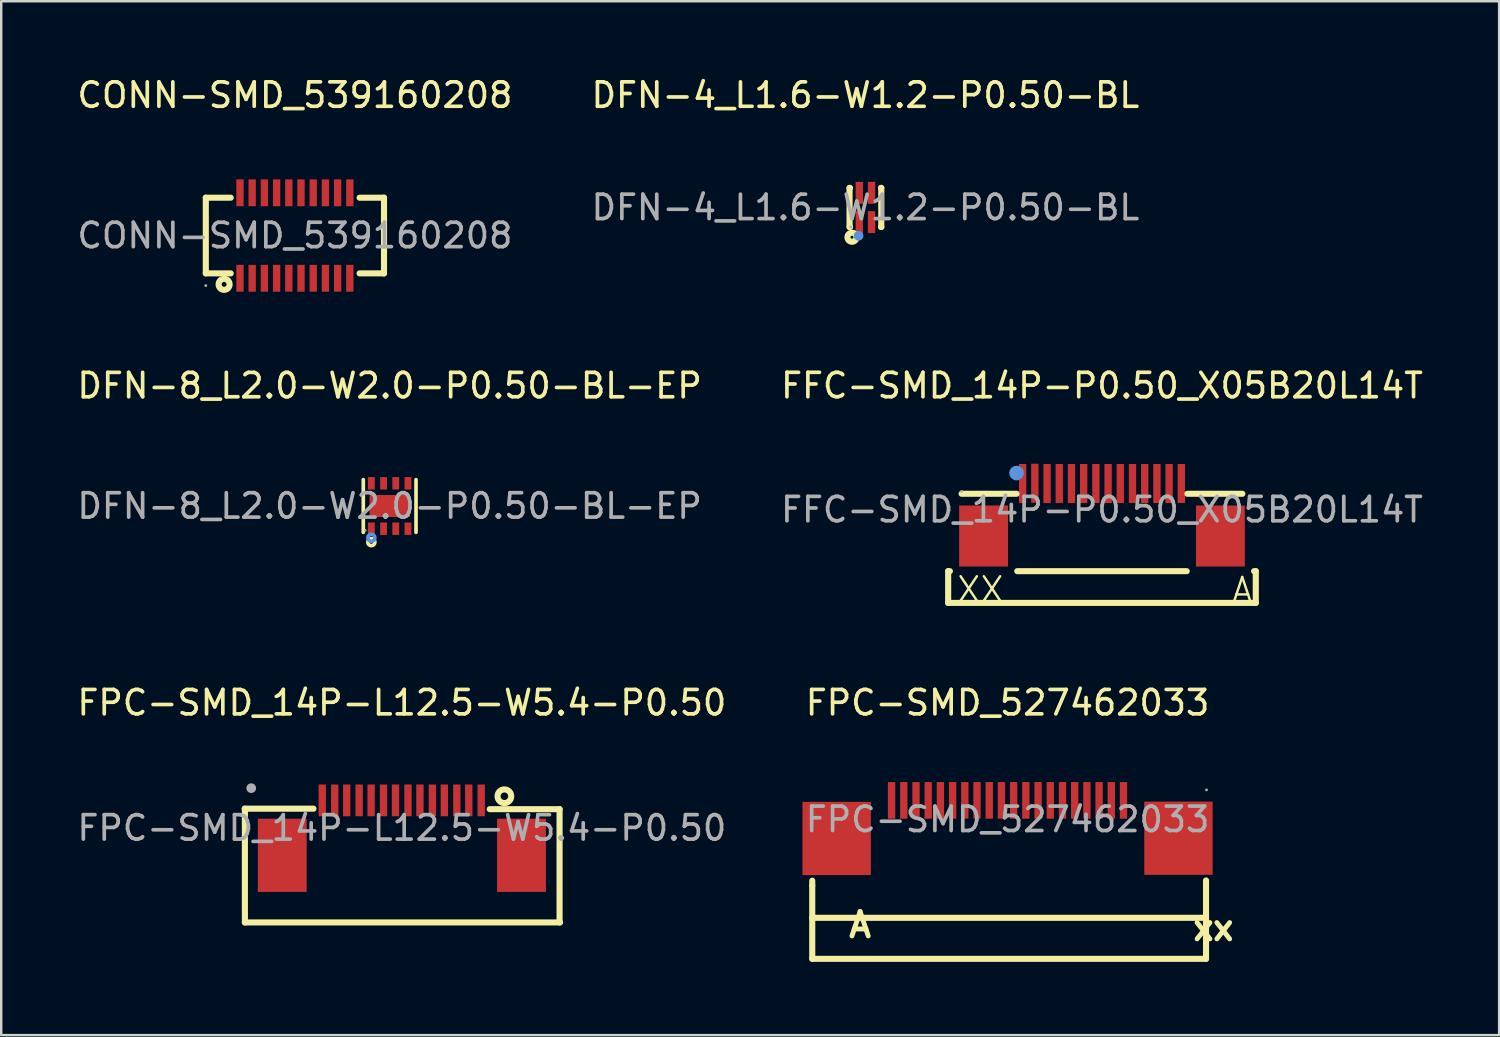
<source format=kicad_pcb>
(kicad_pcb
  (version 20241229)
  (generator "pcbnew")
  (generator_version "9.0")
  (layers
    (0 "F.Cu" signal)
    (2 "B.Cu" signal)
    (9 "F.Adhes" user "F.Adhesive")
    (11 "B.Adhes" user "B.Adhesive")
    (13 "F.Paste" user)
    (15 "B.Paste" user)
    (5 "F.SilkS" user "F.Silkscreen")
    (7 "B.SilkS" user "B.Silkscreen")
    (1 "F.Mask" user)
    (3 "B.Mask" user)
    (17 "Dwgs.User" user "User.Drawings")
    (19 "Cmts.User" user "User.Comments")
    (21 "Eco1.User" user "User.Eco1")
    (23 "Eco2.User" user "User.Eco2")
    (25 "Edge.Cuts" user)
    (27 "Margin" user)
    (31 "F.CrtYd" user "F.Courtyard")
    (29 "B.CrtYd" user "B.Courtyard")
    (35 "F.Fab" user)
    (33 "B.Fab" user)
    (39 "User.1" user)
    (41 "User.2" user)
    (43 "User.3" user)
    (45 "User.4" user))
  (footprint "DFN-4_L1.6-W1.2-P0.50-BL"
    (layer "F.Cu")
    (at 32.399 5.448)
    (property "Reference" "DFN-4_L1.6-W1.2-P0.50-BL" (at 0 -4.6 0) (layer "F.SilkS") (effects (font (size 1 1) (thickness 0.15))))
    (attr through_hole)
    (fp_line (start -0.65 -0.8) (end -0.63 -0.8) (stroke (width 0.25) (type solid)) (layer "F.SilkS"))
    (fp_line (start -0.65 0.8) (end -0.65 -0.8) (stroke (width 0.25) (type solid)) (layer "F.SilkS"))
    (fp_line (start -0.65 0.8) (end -0.63 0.8) (stroke (width 0.25) (type solid)) (layer "F.SilkS"))
    (fp_line (start 0.64 -0.8) (end 0.65 -0.8) (stroke (width 0.25) (type solid)) (layer "F.SilkS"))
    (fp_line (start 0.64 0.8) (end 0.65 0.8) (stroke (width 0.25) (type solid)) (layer "F.SilkS"))
    (fp_line (start 0.65 0.8) (end 0.65 -0.8) (stroke (width 0.25) (type solid)) (layer "F.SilkS"))
    (fp_circle (center -0.55 1.22) (end -0.49 1.22) (stroke (width 0.25) (type solid)) (fill no) (layer "F.SilkS"))
    (fp_circle (center -0.28 1.16) (end -0.18 1.16) (stroke (width 0.2) (type solid)) (fill no) (layer "Cmts.User"))
    (fp_circle (center -0.6 0.8) (end -0.57 0.8) (stroke (width 0.06) (type solid)) (fill no) (layer "F.Fab"))
    (fp_text user "${REFERENCE}" (at 0 0 0) (layer "F.Fab") (effects (font (size 1 1) (thickness 0.15))))
    (pad "1" smd rect (at -0.25 0.6) (size 0.3 0.9) (layers "F.Cu" "F.Mask" "F.Paste"))
    (pad "2" smd rect (at 0.25 0.6) (size 0.3 0.9) (layers "F.Cu" "F.Mask" "F.Paste"))
    (pad "3" smd rect (at 0.25 -0.6) (size 0.3 0.9) (layers "F.Cu" "F.Mask" "F.Paste"))
    (pad "4" smd rect (at -0.25 -0.6) (size 0.3 0.9) (layers "F.Cu" "F.Mask" "F.Paste")))
  (footprint "DFN-8_L2.0-W2.0-P0.50-BL-EP"
    (layer "F.Cu")
    (at 12.911 17.677)
    (property "Reference" "DFN-8_L2.0-W2.0-P0.50-BL-EP" (at 0 -4.93 0) (layer "F.SilkS") (effects (font (size 1 1) (thickness 0.15))))
    (attr through_hole)
    (fp_line (start -1.08 1.08) (end -1.08 -1.08) (stroke (width 0.15) (type solid)) (layer "F.SilkS"))
    (fp_line (start 1.08 1.08) (end 1.08 -1.08) (stroke (width 0.15) (type solid)) (layer "F.SilkS"))
    (fp_circle (center -0.75 1.48) (end -0.68 1.48) (stroke (width 0.15) (type solid)) (fill no) (layer "F.SilkS"))
    (fp_circle (center -0.75 1.3) (end -0.68 1.3) (stroke (width 0.15) (type solid)) (fill no) (layer "Cmts.User"))
    (fp_circle (center -1 1) (end -0.97 1) (stroke (width 0.06) (type solid)) (fill no) (layer "F.Fab"))
    (fp_text user "${REFERENCE}" (at 0 0 0) (layer "F.Fab") (effects (font (size 1 1) (thickness 0.15))))
    (pad "1" smd rect (at -0.75 0.93) (size 0.28 0.51) (layers "F.Cu" "F.Mask" "F.Paste"))
    (pad "2" smd rect (at -0.25 0.93) (size 0.28 0.51) (layers "F.Cu" "F.Mask" "F.Paste"))
    (pad "3" smd rect (at 0.25 0.93) (size 0.28 0.51) (layers "F.Cu" "F.Mask" "F.Paste"))
    (pad "4" smd rect (at 0.75 0.93) (size 0.28 0.51) (layers "F.Cu" "F.Mask" "F.Paste"))
    (pad "5" smd rect (at 0.75 -0.93) (size 0.28 0.51) (layers "F.Cu" "F.Mask" "F.Paste"))
    (pad "6" smd rect (at 0.25 -0.93) (size 0.28 0.51) (layers "F.Cu" "F.Mask" "F.Paste"))
    (pad "7" smd rect (at -0.25 -0.93) (size 0.28 0.51) (layers "F.Cu" "F.Mask" "F.Paste"))
    (pad "8" smd rect (at -0.75 -0.93) (size 0.28 0.51) (layers "F.Cu" "F.Mask" "F.Paste"))
    (pad "9" smd rect (at 0 0) (size 1.65 0.9) (layers "F.Cu" "F.Mask" "F.Paste")))
  (footprint "CONN-SMD_539160208"
    (layer "F.Cu")
    (at 9.03 6.598)
    (property "Reference" "CONN-SMD_539160208" (at 0 -5.75 0) (layer "F.SilkS") (effects (font (size 1 1) (thickness 0.15))))
    (attr through_hole)
    (fp_line (start -3.65 -1.55) (end -3.65 1.55) (stroke (width 0.25) (type solid)) (layer "F.SilkS"))
    (fp_line (start -3.65 -1.55) (end -2.63 -1.55) (stroke (width 0.25) (type solid)) (layer "F.SilkS"))
    (fp_line (start -3.65 1.55) (end -2.63 1.55) (stroke (width 0.25) (type solid)) (layer "F.SilkS"))
    (fp_line (start 2.65 -1.55) (end 3.65 -1.55) (stroke (width 0.25) (type solid)) (layer "F.SilkS"))
    (fp_line (start 2.65 1.55) (end 3.65 1.55) (stroke (width 0.25) (type solid)) (layer "F.SilkS"))
    (fp_line (start 3.65 -1.55) (end 3.65 1.55) (stroke (width 0.25) (type solid)) (layer "F.SilkS"))
    (fp_circle (center -2.9 2) (end -2.8 2) (stroke (width 0.25) (type solid)) (fill no) (layer "F.SilkS"))
    (fp_circle (center -3.65 2.05) (end -3.62 2.05) (stroke (width 0.06) (type solid)) (fill no) (layer "F.Fab"))
    (fp_text user "${REFERENCE}" (at 0 0 0) (layer "F.Fab") (effects (font (size 1 1) (thickness 0.15))))
    (pad "1" smd rect (at -2.25 1.75) (size 0.3 1.1) (layers "F.Cu" "F.Mask" "F.Paste"))
    (pad "2" smd rect (at -2.25 -1.75) (size 0.3 1.1) (layers "F.Cu" "F.Mask" "F.Paste"))
    (pad "3" smd rect (at -1.75 1.75) (size 0.3 1.1) (layers "F.Cu" "F.Mask" "F.Paste"))
    (pad "4" smd rect (at -1.75 -1.75) (size 0.3 1.1) (layers "F.Cu" "F.Mask" "F.Paste"))
    (pad "5" smd rect (at -1.25 1.75) (size 0.3 1.1) (layers "F.Cu" "F.Mask" "F.Paste"))
    (pad "6" smd rect (at -1.25 -1.75) (size 0.3 1.1) (layers "F.Cu" "F.Mask" "F.Paste"))
    (pad "7" smd rect (at -0.75 1.75) (size 0.3 1.1) (layers "F.Cu" "F.Mask" "F.Paste"))
    (pad "8" smd rect (at -0.75 -1.75) (size 0.3 1.1) (layers "F.Cu" "F.Mask" "F.Paste"))
    (pad "9" smd rect (at -0.25 1.75) (size 0.3 1.1) (layers "F.Cu" "F.Mask" "F.Paste"))
    (pad "10" smd rect (at -0.25 -1.75) (size 0.3 1.1) (layers "F.Cu" "F.Mask" "F.Paste"))
    (pad "11" smd rect (at 0.25 1.75) (size 0.3 1.1) (layers "F.Cu" "F.Mask" "F.Paste"))
    (pad "12" smd rect (at 0.25 -1.75) (size 0.3 1.1) (layers "F.Cu" "F.Mask" "F.Paste"))
    (pad "13" smd rect (at 0.75 1.75) (size 0.3 1.1) (layers "F.Cu" "F.Mask" "F.Paste"))
    (pad "14" smd rect (at 0.75 -1.75) (size 0.3 1.1) (layers "F.Cu" "F.Mask" "F.Paste"))
    (pad "15" smd rect (at 1.25 1.75) (size 0.3 1.1) (layers "F.Cu" "F.Mask" "F.Paste"))
    (pad "16" smd rect (at 1.25 -1.75) (size 0.3 1.1) (layers "F.Cu" "F.Mask" "F.Paste"))
    (pad "17" smd rect (at 1.75 1.75) (size 0.3 1.1) (layers "F.Cu" "F.Mask" "F.Paste"))
    (pad "18" smd rect (at 1.75 -1.75) (size 0.3 1.1) (layers "F.Cu" "F.Mask" "F.Paste"))
    (pad "19" smd rect (at 2.25 1.75) (size 0.3 1.1) (layers "F.Cu" "F.Mask" "F.Paste"))
    (pad "20" smd rect (at 2.25 -1.75) (size 0.3 1.1) (layers "F.Cu" "F.Mask" "F.Paste")))
  (footprint "FFC-SMD_14P-P0.50_X05B20L14T"
    (layer "F.Cu")
    (at 42.089 17.826)
    (property "Reference" "FFC-SMD_14P-P0.50_X05B20L14T" (at 0 -5.08 0) (layer "F.SilkS") (effects (font (size 1 1) (thickness 0.15))))
    (attr through_hole)
    (fp_line (start -6.3 2.52) (end -6.23 2.52) (stroke (width 0.25) (type solid)) (layer "F.SilkS"))
    (fp_line (start -6.3 3.82) (end -6.3 2.52) (stroke (width 0.25) (type solid)) (layer "F.SilkS"))
    (fp_line (start -5.75 -0.65) (end -3.5 -0.65) (stroke (width 0.25) (type solid)) (layer "F.SilkS"))
    (fp_line (start -3.47 2.52) (end 3.47 2.52) (stroke (width 0.25) (type solid)) (layer "F.SilkS"))
    (fp_line (start 3.5 -0.65) (end 5.75 -0.65) (stroke (width 0.25) (type solid)) (layer "F.SilkS"))
    (fp_line (start 6.23 2.52) (end 6.3 2.52) (stroke (width 0.25) (type solid)) (layer "F.SilkS"))
    (fp_line (start 6.3 2.52) (end 6.3 3.82) (stroke (width 0.25) (type solid)) (layer "F.SilkS"))
    (fp_line (start 6.3 3.82) (end -6.3 3.82) (stroke (width 0.25) (type solid)) (layer "F.SilkS"))
    (fp_circle (center -3.5 -1.5) (end -3.35 -1.5) (stroke (width 0.3) (type solid)) (fill no) (layer "Cmts.User"))
    (fp_circle (center -5.75 -0.75) (end -5.72 -0.75) (stroke (width 0.06) (type solid)) (fill no) (layer "F.Fab"))
    (fp_text user "XX" (at -6 3.27 0) (layer "F.SilkS") (effects (font (size 1 1) (thickness 0.1)) (justify left)))
    (fp_text user "A" (at 5.25 3.3 0) (layer "F.SilkS") (effects (font (size 1 1) (thickness 0.1)) (justify left)))
    (fp_text user "${REFERENCE}" (at 0 0 0) (layer "F.Fab") (effects (font (size 1 1) (thickness 0.15))))
    (pad "1" smd rect (at -3.25 -1.07) (size 0.3 1.6) (layers "F.Cu" "F.Mask" "F.Paste"))
    (pad "2" smd rect (at -2.75 -1.08) (size 0.3 1.6) (layers "F.Cu" "F.Mask" "F.Paste"))
    (pad "3" smd rect (at -2.25 -1.07) (size 0.3 1.6) (layers "F.Cu" "F.Mask" "F.Paste"))
    (pad "4" smd rect (at -1.75 -1.07) (size 0.3 1.6) (layers "F.Cu" "F.Mask" "F.Paste"))
    (pad "5" smd rect (at -1.25 -1.07) (size 0.3 1.6) (layers "F.Cu" "F.Mask" "F.Paste"))
    (pad "6" smd rect (at -0.75 -1.07) (size 0.3 1.6) (layers "F.Cu" "F.Mask" "F.Paste"))
    (pad "7" smd rect (at -0.25 -1.07) (size 0.3 1.6) (layers "F.Cu" "F.Mask" "F.Paste"))
    (pad "8" smd rect (at 0.25 -1.07) (size 0.3 1.6) (layers "F.Cu" "F.Mask" "F.Paste"))
    (pad "9" smd rect (at 0.75 -1.07) (size 0.3 1.6) (layers "F.Cu" "F.Mask" "F.Paste"))
    (pad "10" smd rect (at 1.25 -1.07) (size 0.3 1.6) (layers "F.Cu" "F.Mask" "F.Paste"))
    (pad "11" smd rect (at 1.75 -1.07) (size 0.3 1.6) (layers "F.Cu" "F.Mask" "F.Paste"))
    (pad "12" smd rect (at 2.25 -1.07) (size 0.3 1.6) (layers "F.Cu" "F.Mask" "F.Paste"))
    (pad "13" smd rect (at 2.75 -1.07) (size 0.3 1.6) (layers "F.Cu" "F.Mask" "F.Paste"))
    (pad "14" smd rect (at 3.25 -1.07) (size 0.3 1.6) (layers "F.Cu" "F.Mask" "F.Paste"))
    (pad "15" smd rect (at 4.85 1.08) (size 2 2.5) (layers "F.Cu" "F.Mask" "F.Paste"))
    (pad "16" smd rect (at -4.85 1.08) (size 2 2.5) (layers "F.Cu" "F.Mask" "F.Paste")))
  (footprint "FPC-SMD_14P-L12.5-W5.4-P0.50"
    (layer "F.Cu")
    (at 13.411 30.865)
    (property "Reference" "FPC-SMD_14P-L12.5-W5.4-P0.50" (at 0 -5.13 0) (layer "F.SilkS") (effects (font (size 1 1) (thickness 0.15))))
    (attr through_hole)
    (fp_line (start -6.43 -0.79) (end -6.43 3.87) (stroke (width 0.25) (type solid)) (layer "F.SilkS"))
    (fp_line (start -6.43 3.87) (end 6.48 3.87) (stroke (width 0.25) (type solid)) (layer "F.SilkS"))
    (fp_line (start -3.62 -0.79) (end -6.44 -0.79) (stroke (width 0.25) (type solid)) (layer "F.SilkS"))
    (fp_line (start 3.6 -0.77) (end 6.46 -0.77) (stroke (width 0.25) (type solid)) (layer "F.SilkS"))
    (fp_line (start 6.46 -0.77) (end 6.46 3.87) (stroke (width 0.25) (type solid)) (layer "F.SilkS"))
    (fp_circle (center 4.2 -1.3) (end 4.48 -1.3) (stroke (width 0.25) (type solid)) (fill no) (layer "F.SilkS"))
    (fp_circle (center -6.17 -1.63) (end -6.07 -1.63) (stroke (width 0.2) (type solid)) (fill no) (layer "F.Fab"))
    (fp_text user "${REFERENCE}" (at 0 0 0) (layer "F.Fab") (effects (font (size 1 1) (thickness 0.15))))
    (pad "1" smd rect (at 3.25 -1.13 180) (size 0.3 1.3) (layers "F.Cu" "F.Mask" "F.Paste"))
    (pad "2" smd rect (at 2.74 -1.13 180) (size 0.3 1.3) (layers "F.Cu" "F.Mask" "F.Paste"))
    (pad "3" smd rect (at 2.25 -1.13 180) (size 0.3 1.3) (layers "F.Cu" "F.Mask" "F.Paste"))
    (pad "4" smd rect (at 1.74 -1.13 180) (size 0.3 1.3) (layers "F.Cu" "F.Mask" "F.Paste"))
    (pad "5" smd rect (at 1.25 -1.13 180) (size 0.3 1.3) (layers "F.Cu" "F.Mask" "F.Paste"))
    (pad "6" smd rect (at 0.74 -1.13 180) (size 0.3 1.3) (layers "F.Cu" "F.Mask" "F.Paste"))
    (pad "7" smd rect (at 0.25 -1.13 180) (size 0.3 1.3) (layers "F.Cu" "F.Mask" "F.Paste"))
    (pad "8" smd rect (at -0.26 -1.13 180) (size 0.3 1.3) (layers "F.Cu" "F.Mask" "F.Paste"))
    (pad "9" smd rect (at -0.75 -1.13 180) (size 0.3 1.3) (layers "F.Cu" "F.Mask" "F.Paste"))
    (pad "10" smd rect (at -1.26 -1.13 180) (size 0.3 1.3) (layers "F.Cu" "F.Mask" "F.Paste"))
    (pad "11" smd rect (at -1.75 -1.13 180) (size 0.3 1.3) (layers "F.Cu" "F.Mask" "F.Paste"))
    (pad "12" smd rect (at -2.26 -1.13 180) (size 0.3 1.3) (layers "F.Cu" "F.Mask" "F.Paste"))
    (pad "13" smd rect (at -2.75 -1.13 180) (size 0.3 1.3) (layers "F.Cu" "F.Mask" "F.Paste"))
    (pad "14" smd rect (at -3.26 -1.13 180) (size 0.3 1.3) (layers "F.Cu" "F.Mask" "F.Paste"))
    (pad "15" smd rect (at -4.9 1.12) (size 2 3) (layers "F.Cu" "F.Mask" "F.Paste"))
    (pad "16" smd rect (at 4.9 1.12 180) (size 2 3) (layers "F.Cu" "F.Mask" "F.Paste")))
  (footprint "FPC-SMD_527462033"
    (layer "F.Cu")
    (at 38.221 30.515)
    (property "Reference" "FPC-SMD_527462033" (at 0 -4.78 0) (layer "F.SilkS") (effects (font (size 1 1) (thickness 0.15))))
    (attr through_hole)
    (fp_line (start -8 2.71) (end -8 2.51) (stroke (width 0.25) (type solid)) (layer "F.SilkS"))
    (fp_line (start -8 2.71) (end -8 4.03) (stroke (width 0.25) (type solid)) (layer "F.SilkS"))
    (fp_line (start -8 4.03) (end -8 5.71) (stroke (width 0.25) (type solid)) (layer "F.SilkS"))
    (fp_line (start -8 4.03) (end 8.13 4.03) (stroke (width 0.25) (type solid)) (layer "F.SilkS"))
    (fp_line (start -8 5.71) (end 8.13 5.71) (stroke (width 0.25) (type solid)) (layer "F.SilkS"))
    (fp_line (start 8.13 2.71) (end 8.13 2.5) (stroke (width 0.25) (type solid)) (layer "F.SilkS"))
    (fp_line (start 8.13 4.03) (end 8.13 2.71) (stroke (width 0.25) (type solid)) (layer "F.SilkS"))
    (fp_line (start 8.13 5.71) (end 8.13 4.03) (stroke (width 0.25) (type solid)) (layer "F.SilkS"))
    (fp_circle (center 8.15 -1.21) (end 8.18 -1.21) (stroke (width 0.06) (type solid)) (fill no) (layer "F.Fab"))
    (fp_text user "xx" (at 7.49 4.44 180) (layer "F.SilkS") (effects (font (size 1 1) (thickness 0.2)) (justify left)))
    (fp_text user "A" (at -6.6 4.32 180) (layer "F.SilkS") (effects (font (size 1 1) (thickness 0.2)) (justify left)))
    (fp_text user "${REFERENCE}" (at 0 0 0) (layer "F.Fab") (effects (font (size 1 1) (thickness 0.15))))
    (pad "1" smd rect (at 4.75 -0.78 180) (size 0.3 1.5) (layers "F.Cu" "F.Mask" "F.Paste"))
    (pad "2" smd rect (at 4.25 -0.78 180) (size 0.3 1.5) (layers "F.Cu" "F.Mask" "F.Paste"))
    (pad "3" smd rect (at 3.75 -0.78 180) (size 0.3 1.5) (layers "F.Cu" "F.Mask" "F.Paste"))
    (pad "4" smd rect (at 3.25 -0.78 180) (size 0.3 1.5) (layers "F.Cu" "F.Mask" "F.Paste"))
    (pad "5" smd rect (at 2.75 -0.78 180) (size 0.3 1.5) (layers "F.Cu" "F.Mask" "F.Paste"))
    (pad "6" smd rect (at 2.25 -0.78 180) (size 0.3 1.5) (layers "F.Cu" "F.Mask" "F.Paste"))
    (pad "7" smd rect (at 1.75 -0.78 180) (size 0.3 1.5) (layers "F.Cu" "F.Mask" "F.Paste"))
    (pad "8" smd rect (at 1.25 -0.78 180) (size 0.3 1.5) (layers "F.Cu" "F.Mask" "F.Paste"))
    (pad "9" smd rect (at 0.75 -0.78 180) (size 0.3 1.5) (layers "F.Cu" "F.Mask" "F.Paste"))
    (pad "10" smd rect (at 0.25 -0.78 180) (size 0.3 1.5) (layers "F.Cu" "F.Mask" "F.Paste"))
    (pad "11" smd rect (at -0.25 -0.78 180) (size 0.3 1.5) (layers "F.Cu" "F.Mask" "F.Paste"))
    (pad "12" smd rect (at -0.75 -0.78 180) (size 0.3 1.5) (layers "F.Cu" "F.Mask" "F.Paste"))
    (pad "13" smd rect (at -1.25 -0.78 180) (size 0.3 1.5) (layers "F.Cu" "F.Mask" "F.Paste"))
    (pad "14" smd rect (at -1.75 -0.78 180) (size 0.3 1.5) (layers "F.Cu" "F.Mask" "F.Paste"))
    (pad "15" smd rect (at -2.25 -0.78 180) (size 0.3 1.5) (layers "F.Cu" "F.Mask" "F.Paste"))
    (pad "16" smd rect (at -2.75 -0.78 180) (size 0.3 1.5) (layers "F.Cu" "F.Mask" "F.Paste"))
    (pad "17" smd rect (at -3.25 -0.78 180) (size 0.3 1.5) (layers "F.Cu" "F.Mask" "F.Paste"))
    (pad "18" smd rect (at -3.75 -0.78 180) (size 0.3 1.5) (layers "F.Cu" "F.Mask" "F.Paste"))
    (pad "19" smd rect (at -4.25 -0.78 180) (size 0.3 1.5) (layers "F.Cu" "F.Mask" "F.Paste"))
    (pad "20" smd rect (at -4.75 -0.78 180) (size 0.3 1.5) (layers "F.Cu" "F.Mask" "F.Paste"))
    (pad "21" smd rect (at -7 0.78) (size 2.8 3) (layers "F.Cu" "F.Mask" "F.Paste"))
    (pad "22" smd rect (at 7 0.77 180) (size 2.8 3) (layers "F.Cu" "F.Mask" "F.Paste")))
  (gr_rect
    (start -3 -3)
    (end 58.357 39.35)
    (stroke (width 0.1) (type default))
    (fill no)
    (layer "Edge.Cuts")))
</source>
